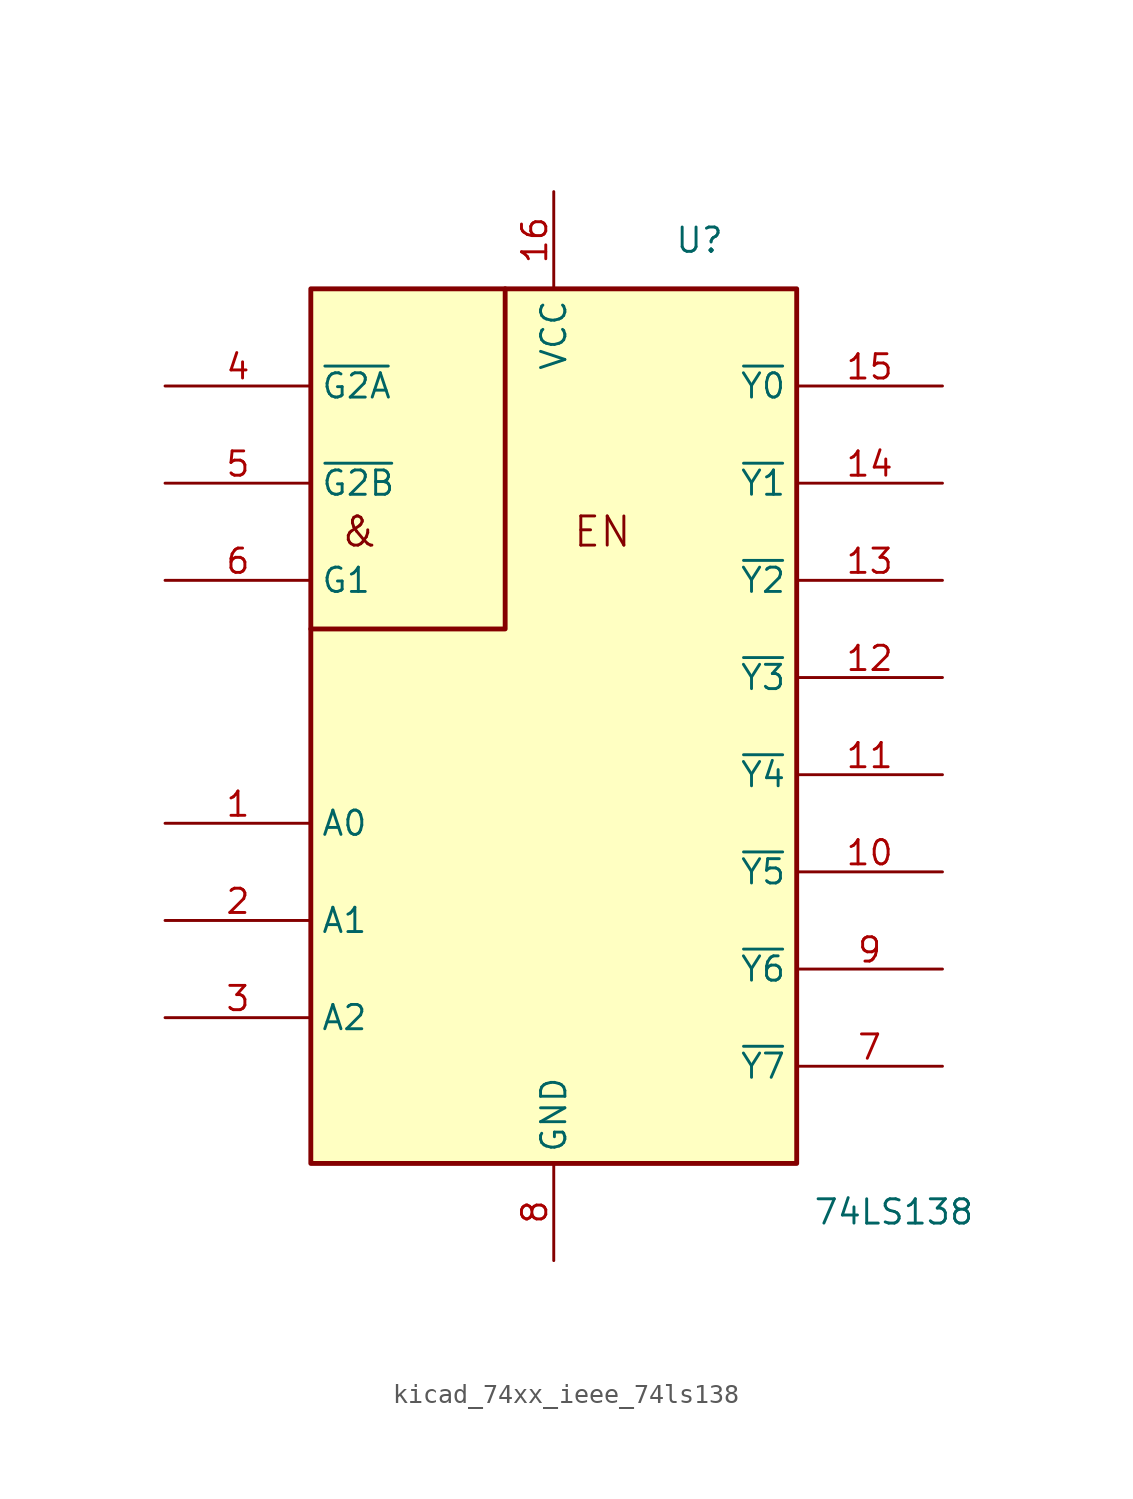
<source format=kicad_sym>
(kicad_symbol_lib
  (version 20220914)
  (generator kicad_symbol_editor)
  (symbol "kicad_74xx_ieee_74ls138"
    (property "Reference" "U"
      (at 7.62 17.78 0)
      (effects (font (size 1.27 1.27))))
    (property "Value" "74LS138"
      (at 17.78 -33.02 0)
      (effects (font (size 1.27 1.27))))
    (symbol "kicad_74xx_ieee_74ls138_0_0"
      (polyline (pts (xy -2.54 15.24) (xy -2.54 -2.54) (xy -12.7 -2.54) (xy -12.7 -2.54)) (stroke (width 0.254) (type default)) (fill (type background)))
      (text "&" (at -10.16 2.54 0) (effects (font (size 1.524 1.524))))
      (text "EN" (at 2.54 2.54 0) (effects (font (size 1.524 1.524))))
      (pin power_in line (at 0 20.32 270) (length 5.08) (name "VCC" (effects (font (size 1.27 1.27)))) (number "16" (effects (font (size 1.27 1.27))))))
    (symbol "kicad_74xx_ieee_74ls138_0_1"
      (rectangle (start -12.7 15.24) (end 12.7 -30.48) (stroke (width 0.254) (type default)) (fill (type background))))
    (symbol "kicad_74xx_ieee_74ls138_1_1"
      (pin input line (at -20.32 -12.7 0) (length 7.62) (name "A0" (effects (font (size 1.27 1.27)))) (number "1" (effects (font (size 1.27 1.27)))))
      (pin output line (at 20.32 -15.24 180) (length 7.62) (name "~{Y5}" (effects (font (size 1.27 1.27)))) (number "10" (effects (font (size 1.27 1.27)))))
      (pin output line (at 20.32 -10.16 180) (length 7.62) (name "~{Y4}" (effects (font (size 1.27 1.27)))) (number "11" (effects (font (size 1.27 1.27)))))
      (pin output line (at 20.32 -5.08 180) (length 7.62) (name "~{Y3}" (effects (font (size 1.27 1.27)))) (number "12" (effects (font (size 1.27 1.27)))))
      (pin output line (at 20.32 0 180) (length 7.62) (name "~{Y2}" (effects (font (size 1.27 1.27)))) (number "13" (effects (font (size 1.27 1.27)))))
      (pin output line (at 20.32 5.08 180) (length 7.62) (name "~{Y1}" (effects (font (size 1.27 1.27)))) (number "14" (effects (font (size 1.27 1.27)))))
      (pin output line (at 20.32 10.16 180) (length 7.62) (name "~{Y0}" (effects (font (size 1.27 1.27)))) (number "15" (effects (font (size 1.27 1.27)))))
      (pin input line (at -20.32 -17.78 0) (length 7.62) (name "A1" (effects (font (size 1.27 1.27)))) (number "2" (effects (font (size 1.27 1.27)))))
      (pin input line (at -20.32 -22.86 0) (length 7.62) (name "A2" (effects (font (size 1.27 1.27)))) (number "3" (effects (font (size 1.27 1.27)))))
      (pin input line (at -20.32 10.16 0) (length 7.62) (name "~{G2A}" (effects (font (size 1.27 1.27)))) (number "4" (effects (font (size 1.27 1.27)))))
      (pin input line (at -20.32 5.08 0) (length 7.62) (name "~{G2B}" (effects (font (size 1.27 1.27)))) (number "5" (effects (font (size 1.27 1.27)))))
      (pin input line (at -20.32 0 0) (length 7.62) (name "G1" (effects (font (size 1.27 1.27)))) (number "6" (effects (font (size 1.27 1.27)))))
      (pin output line (at 20.32 -25.4 180) (length 7.62) (name "~{Y7}" (effects (font (size 1.27 1.27)))) (number "7" (effects (font (size 1.27 1.27)))))
      (pin power_in line (at 0 -35.56 90) (length 5.08) (name "GND" (effects (font (size 1.27 1.27)))) (number "8" (effects (font (size 1.27 1.27)))))
      (pin output line (at 20.32 -20.32 180) (length 7.62) (name "~{Y6}" (effects (font (size 1.27 1.27)))) (number "9" (effects (font (size 1.27 1.27))))))))
</source>
